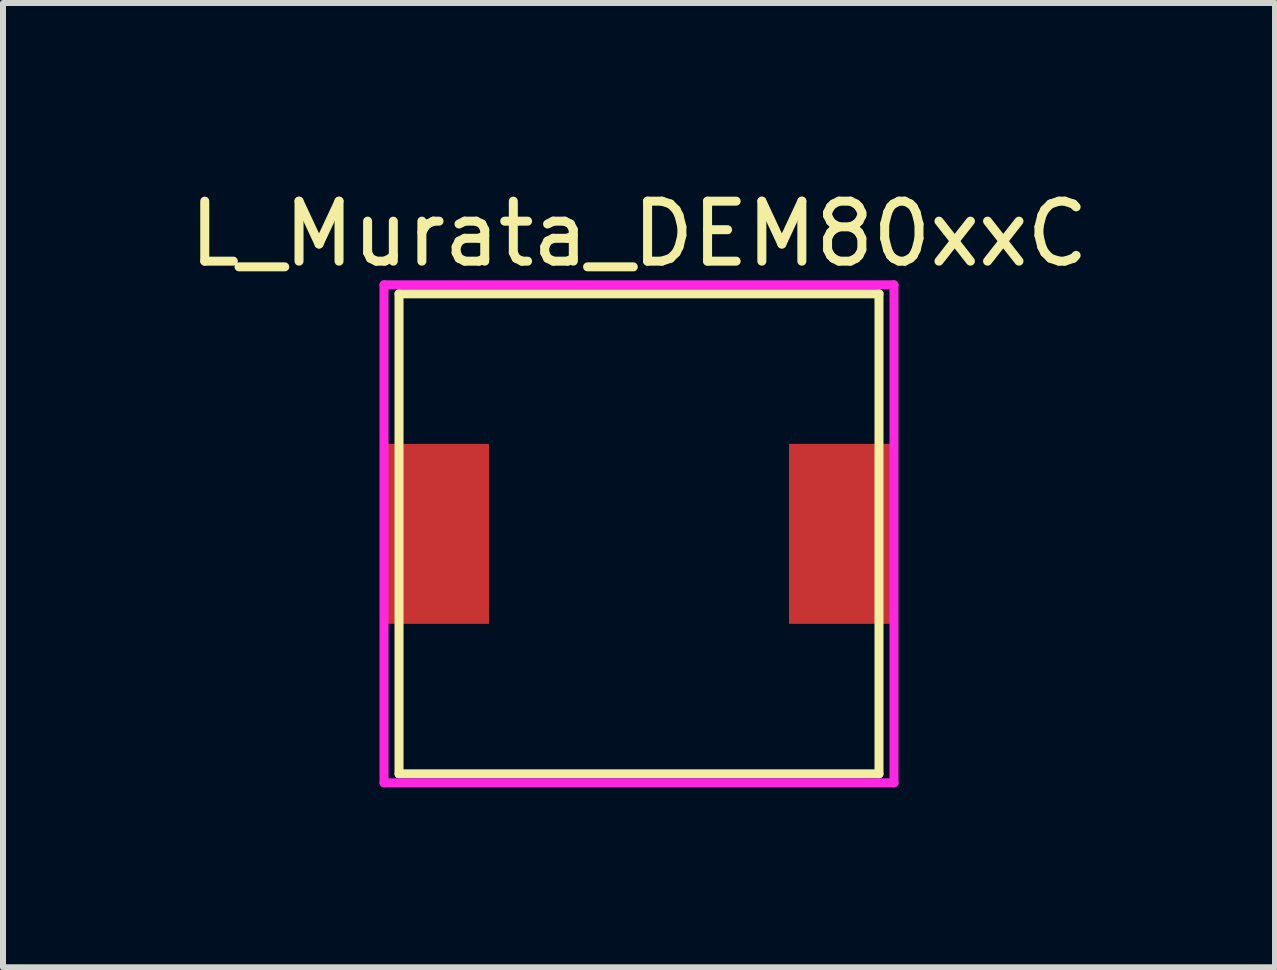
<source format=kicad_pcb>
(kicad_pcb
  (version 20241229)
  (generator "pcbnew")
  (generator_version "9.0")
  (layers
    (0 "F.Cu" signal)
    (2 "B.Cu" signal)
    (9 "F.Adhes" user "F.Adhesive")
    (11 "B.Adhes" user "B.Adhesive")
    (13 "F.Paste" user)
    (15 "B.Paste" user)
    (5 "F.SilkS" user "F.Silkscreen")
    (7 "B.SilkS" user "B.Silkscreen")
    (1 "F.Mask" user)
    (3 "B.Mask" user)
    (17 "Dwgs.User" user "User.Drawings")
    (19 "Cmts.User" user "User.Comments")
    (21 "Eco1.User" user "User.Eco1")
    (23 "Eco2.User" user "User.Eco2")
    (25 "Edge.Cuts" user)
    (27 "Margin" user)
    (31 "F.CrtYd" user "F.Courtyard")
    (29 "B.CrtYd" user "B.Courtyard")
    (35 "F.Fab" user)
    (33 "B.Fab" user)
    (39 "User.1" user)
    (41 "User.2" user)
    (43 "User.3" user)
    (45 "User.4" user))
  (footprint "L_Murata_DEM80xxC"
    (layer "F.Cu")
    (at 7.601 5.848)
    (property "Reference" "L_Murata_DEM80xxC" (at 0 -5 0) (layer "F.SilkS") (effects (font (size 1 1) (thickness 0.15))))
    (attr through_hole)
    (fp_line (start -4 -4) (end -4 4) (stroke (width 0.15) (type solid)) (layer "F.SilkS"))
    (fp_line (start -4 -4) (end 4 -4) (stroke (width 0.15) (type solid)) (layer "F.SilkS"))
    (fp_line (start -4 4) (end 4 4) (stroke (width 0.15) (type solid)) (layer "F.SilkS"))
    (fp_line (start 4 -4) (end 4 4) (stroke (width 0.15) (type solid)) (layer "F.SilkS"))
    (fp_line (start -4.25 -4.15) (end -4.25 4.15) (stroke (width 0.15) (type solid)) (layer "F.CrtYd"))
    (fp_line (start -4.25 -4.15) (end 4.25 -4.15) (stroke (width 0.15) (type solid)) (layer "F.CrtYd"))
    (fp_line (start -4.25 4.15) (end 4.25 4.15) (stroke (width 0.15) (type solid)) (layer "F.CrtYd"))
    (fp_line (start 4.25 -4.15) (end 4.25 4.15) (stroke (width 0.15) (type solid)) (layer "F.CrtYd"))
    (pad "1" smd rect (at -3.375 0) (size 1.75 3) (layers "F.Cu" "F.Mask" "F.Paste"))
    (pad "2" smd rect (at 3.375 0) (size 1.75 3) (layers "F.Cu" "F.Mask" "F.Paste")))
  (gr_rect
    (start -3 -3)
    (end 18.202 13.073)
    (stroke (width 0.1) (type default))
    (fill no)
    (layer "Edge.Cuts")))
</source>
